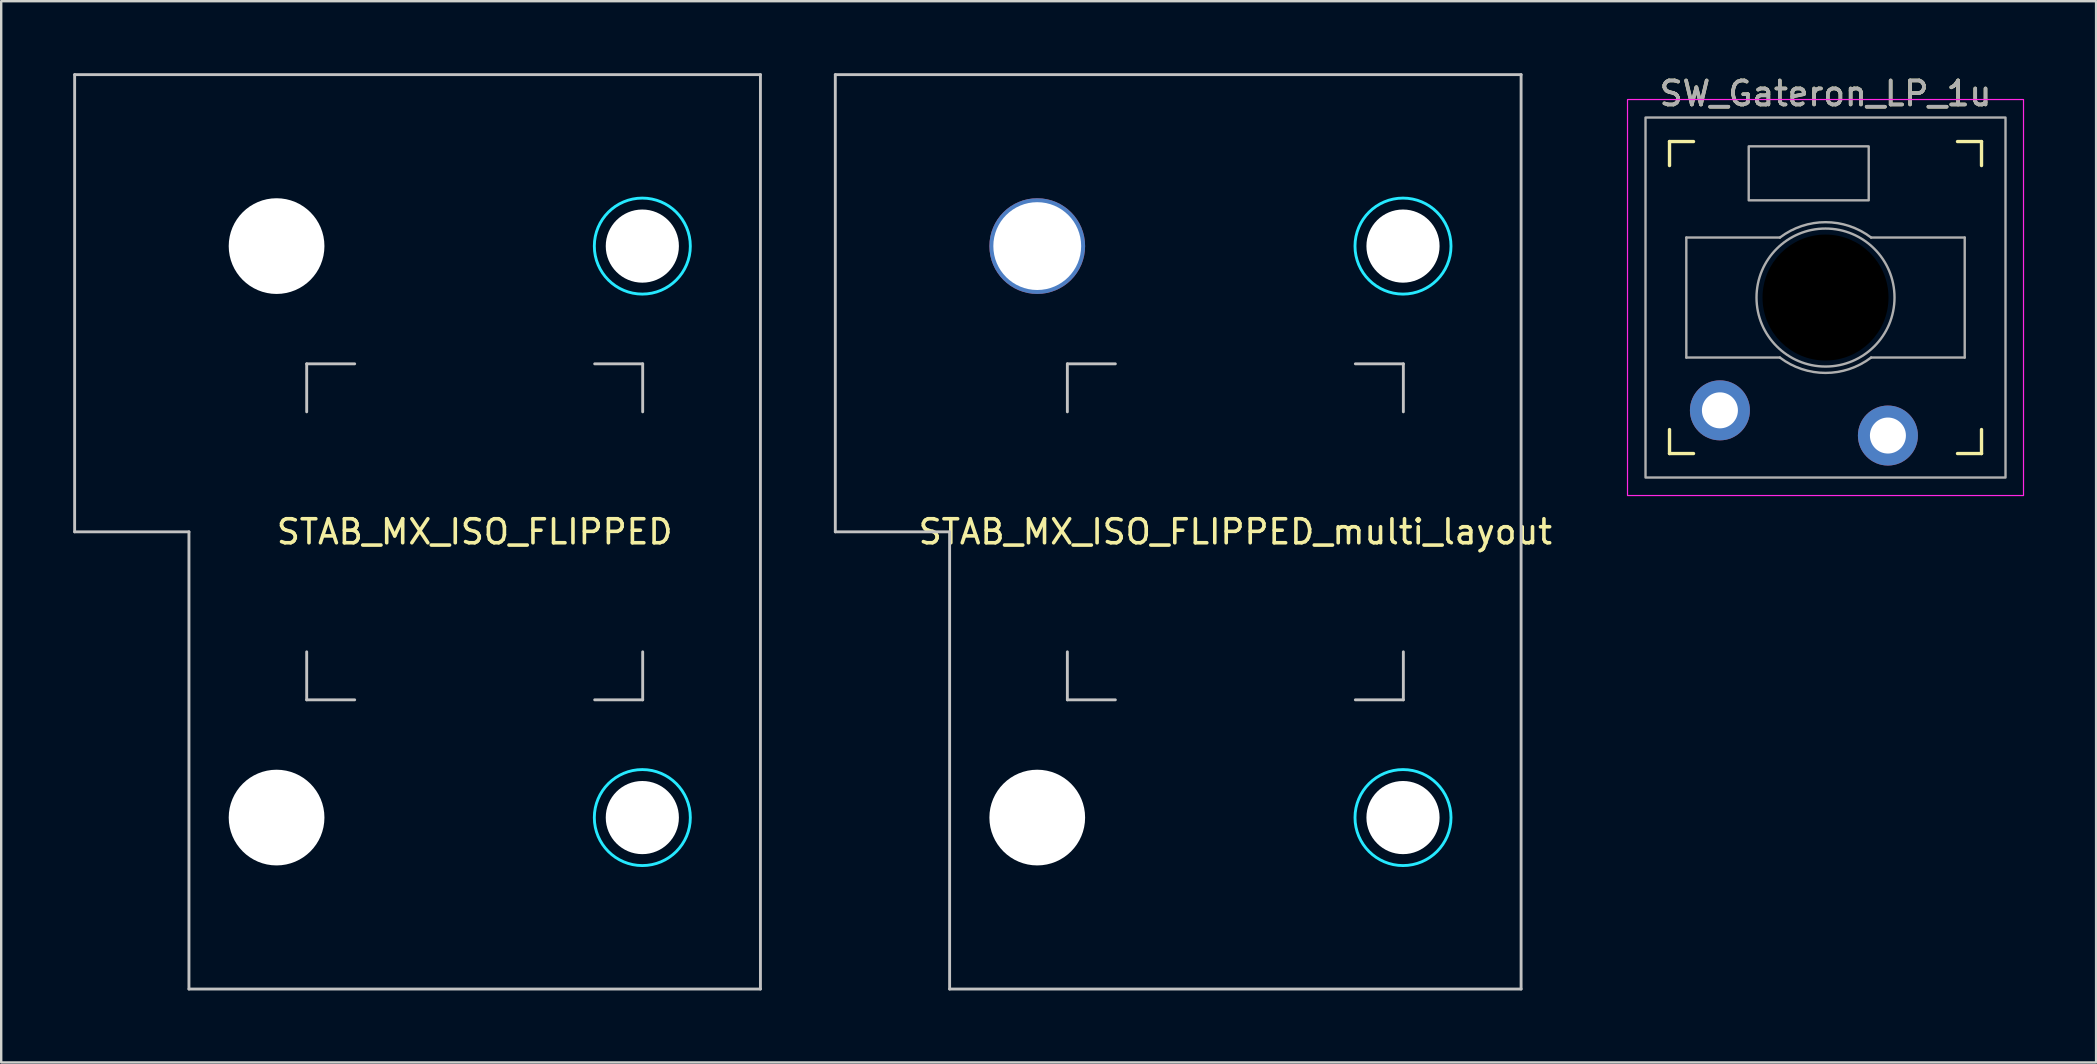
<source format=kicad_pcb>
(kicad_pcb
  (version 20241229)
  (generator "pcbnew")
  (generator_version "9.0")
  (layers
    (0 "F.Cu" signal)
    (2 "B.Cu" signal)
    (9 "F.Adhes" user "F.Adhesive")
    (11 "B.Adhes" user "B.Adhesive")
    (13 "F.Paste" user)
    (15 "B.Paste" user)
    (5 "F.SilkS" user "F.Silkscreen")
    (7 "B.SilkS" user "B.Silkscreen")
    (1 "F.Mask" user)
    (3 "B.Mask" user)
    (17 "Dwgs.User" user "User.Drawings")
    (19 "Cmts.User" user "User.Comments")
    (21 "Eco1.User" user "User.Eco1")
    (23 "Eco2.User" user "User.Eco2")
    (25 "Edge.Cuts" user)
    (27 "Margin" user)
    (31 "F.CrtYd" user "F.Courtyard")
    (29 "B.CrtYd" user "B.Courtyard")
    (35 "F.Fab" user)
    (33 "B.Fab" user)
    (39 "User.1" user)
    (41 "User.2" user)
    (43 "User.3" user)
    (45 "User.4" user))
  (footprint "STAB_MX_ISO_FLIPPED"
    (layer "F.Cu")
    (at 16.729 19.11)
    (property "Reference" "STAB_MX_ISO_FLIPPED" (at 0 0 0) (layer "F.SilkS") (effects (font (size 1 1) (thickness 0.15))))
    (attr through_hole exclude_from_pos_files exclude_from_bom)
    (fp_line (start -16.669 -19.05) (end -16.669 0) (stroke (width 0.12) (type solid)) (layer "Dwgs.User"))
    (fp_line (start -16.669 0) (end -11.906 0) (stroke (width 0.12) (type solid)) (layer "Dwgs.User"))
    (fp_line (start -11.906 0) (end -11.906 19.05) (stroke (width 0.12) (type solid)) (layer "Dwgs.User"))
    (fp_line (start -11.906 19.05) (end 11.906 19.05) (stroke (width 0.12) (type solid)) (layer "Dwgs.User"))
    (fp_line (start -7 -7) (end -5 -7) (stroke (width 0.12) (type solid)) (layer "Dwgs.User"))
    (fp_line (start -7 -5) (end -7 -7) (stroke (width 0.12) (type solid)) (layer "Dwgs.User"))
    (fp_line (start -7 7) (end -7 5) (stroke (width 0.12) (type solid)) (layer "Dwgs.User"))
    (fp_line (start -5 7) (end -7 7) (stroke (width 0.12) (type solid)) (layer "Dwgs.User"))
    (fp_line (start 7 -7) (end 5 -7) (stroke (width 0.12) (type solid)) (layer "Dwgs.User"))
    (fp_line (start 7 -5) (end 7 -7) (stroke (width 0.12) (type solid)) (layer "Dwgs.User"))
    (fp_line (start 7 5) (end 7 7) (stroke (width 0.12) (type solid)) (layer "Dwgs.User"))
    (fp_line (start 7 7) (end 5 7) (stroke (width 0.12) (type solid)) (layer "Dwgs.User"))
    (fp_line (start 11.906 -19.05) (end -16.669 -19.05) (stroke (width 0.12) (type solid)) (layer "Dwgs.User"))
    (fp_line (start 11.906 19.05) (end 11.906 -19.05) (stroke (width 0.12) (type solid)) (layer "Dwgs.User"))
    (fp_line (start -8 -14.781) (end -8 -9.031) (stroke (width 0.05) (type solid)) (layer "Eco2.User"))
    (fp_line (start -8 9.031) (end -8 14.781) (stroke (width 0.05) (type solid)) (layer "Eco2.User"))
    (fp_line (start 5.5 -15.281) (end -7.5 -15.281) (stroke (width 0.05) (type solid)) (layer "Eco2.User"))
    (fp_line (start 5.5 -8.531) (end -7.5 -8.531) (stroke (width 0.05) (type solid)) (layer "Eco2.User"))
    (fp_line (start 5.5 8.531) (end -7.5 8.531) (stroke (width 0.05) (type solid)) (layer "Eco2.User"))
    (fp_line (start 5.5 15.28) (end -7.5 15.281) (stroke (width 0.05) (type solid)) (layer "Eco2.User"))
    (fp_line (start 6 -14.781) (end 6 -9.031) (stroke (width 0.05) (type solid)) (layer "Eco2.User"))
    (fp_line (start 6 9.031) (end 6 14.78) (stroke (width 0.05) (type solid)) (layer "Eco2.User"))
    (fp_arc (start -8.000001 -14.78125) (mid -7.853554 -15.134803) (end -7.500001 -15.28125) (stroke (width 0.05) (type solid)) (layer "Eco2.User"))
    (fp_arc (start -8.000001 9.03125) (mid -7.853554 8.677697) (end -7.500001 8.53125) (stroke (width 0.05) (type solid)) (layer "Eco2.User"))
    (fp_arc (start -7.500001 -8.53125) (mid -7.853554 -8.677697) (end -8.000001 -9.03125) (stroke (width 0.05) (type solid)) (layer "Eco2.User"))
    (fp_arc (start -7.500001 15.28125) (mid -7.853554 15.134803) (end -8.000001 14.78125) (stroke (width 0.05) (type solid)) (layer "Eco2.User"))
    (fp_arc (start 5.499999 -15.28125) (mid 5.853552 -15.134803) (end 5.999999 -14.78125) (stroke (width 0.05) (type solid)) (layer "Eco2.User"))
    (fp_arc (start 5.499999 8.53125) (mid 5.853552 8.677697) (end 5.999999 9.03125) (stroke (width 0.05) (type solid)) (layer "Eco2.User"))
    (fp_arc (start 5.999999 -9.03125) (mid 5.853552 -8.677697) (end 5.499999 -8.53125) (stroke (width 0.05) (type solid)) (layer "Eco2.User"))
    (fp_arc (start 5.999999 14.780039) (mid 5.853552 15.133592) (end 5.499999 15.280039) (stroke (width 0.05) (type solid)) (layer "Eco2.User"))
    (fp_circle (center 6.985 -11.906) (end 8.985 -11.906) (stroke (width 0.12) (type solid)) (fill no) (layer "B.CrtYd"))
    (fp_circle (center 6.985 11.906) (end 8.985 11.906) (stroke (width 0.12) (type solid)) (fill no) (layer "B.CrtYd"))
    (pad "" np_thru_hole circle (at -8.255 -11.906 270) (size 3.988 3.988) (drill 3.988) (layers "*.Cu" "*.Mask"))
    (pad "" np_thru_hole circle (at -8.255 11.906 270) (size 3.988 3.988) (drill 3.988) (layers "*.Cu" "*.Mask"))
    (pad "" np_thru_hole circle (at 6.985 -11.906 270) (size 3.048 3.048) (drill 3.048) (layers "*.Cu" "*.Mask"))
    (pad "" np_thru_hole circle (at 6.985 11.906 270) (size 3.048 3.048) (drill 3.048) (layers "*.Cu" "*.Mask")))
  (footprint "STAB_MX_ISO_FLIPPED_multi_layout"
    (layer "F.Cu")
    (at 48.424 19.11)
    (property "Reference" "STAB_MX_ISO_FLIPPED_multi_layout" (at 0 0 0) (layer "F.SilkS") (effects (font (size 1 1) (thickness 0.15))))
    (attr through_hole exclude_from_pos_files exclude_from_bom)
    (fp_line (start -16.669 -19.05) (end -16.669 0) (stroke (width 0.12) (type solid)) (layer "Dwgs.User"))
    (fp_line (start -16.669 0) (end -11.906 0) (stroke (width 0.12) (type solid)) (layer "Dwgs.User"))
    (fp_line (start -11.906 0) (end -11.906 19.05) (stroke (width 0.12) (type solid)) (layer "Dwgs.User"))
    (fp_line (start -11.906 19.05) (end 11.906 19.05) (stroke (width 0.12) (type solid)) (layer "Dwgs.User"))
    (fp_line (start -7 -7) (end -5 -7) (stroke (width 0.12) (type solid)) (layer "Dwgs.User"))
    (fp_line (start -7 -5) (end -7 -7) (stroke (width 0.12) (type solid)) (layer "Dwgs.User"))
    (fp_line (start -7 7) (end -7 5) (stroke (width 0.12) (type solid)) (layer "Dwgs.User"))
    (fp_line (start -5 7) (end -7 7) (stroke (width 0.12) (type solid)) (layer "Dwgs.User"))
    (fp_line (start 7 -7) (end 5 -7) (stroke (width 0.12) (type solid)) (layer "Dwgs.User"))
    (fp_line (start 7 -5) (end 7 -7) (stroke (width 0.12) (type solid)) (layer "Dwgs.User"))
    (fp_line (start 7 5) (end 7 7) (stroke (width 0.12) (type solid)) (layer "Dwgs.User"))
    (fp_line (start 7 7) (end 5 7) (stroke (width 0.12) (type solid)) (layer "Dwgs.User"))
    (fp_line (start 11.906 -19.05) (end -16.669 -19.05) (stroke (width 0.12) (type solid)) (layer "Dwgs.User"))
    (fp_line (start 11.906 19.05) (end 11.906 -19.05) (stroke (width 0.12) (type solid)) (layer "Dwgs.User"))
    (fp_line (start -8 -14.781) (end -8 -9.031) (stroke (width 0.05) (type solid)) (layer "Eco2.User"))
    (fp_line (start -8 9.031) (end -8 14.781) (stroke (width 0.05) (type solid)) (layer "Eco2.User"))
    (fp_line (start 5.5 -15.281) (end -7.5 -15.281) (stroke (width 0.05) (type solid)) (layer "Eco2.User"))
    (fp_line (start 5.5 -8.531) (end -7.5 -8.531) (stroke (width 0.05) (type solid)) (layer "Eco2.User"))
    (fp_line (start 5.5 8.531) (end -7.5 8.531) (stroke (width 0.05) (type solid)) (layer "Eco2.User"))
    (fp_line (start 5.5 15.28) (end -7.5 15.281) (stroke (width 0.05) (type solid)) (layer "Eco2.User"))
    (fp_line (start 6 -14.781) (end 6 -9.031) (stroke (width 0.05) (type solid)) (layer "Eco2.User"))
    (fp_line (start 6 9.031) (end 6 14.78) (stroke (width 0.05) (type solid)) (layer "Eco2.User"))
    (fp_arc (start -8.000001 -14.78125) (mid -7.853554 -15.134803) (end -7.500001 -15.28125) (stroke (width 0.05) (type solid)) (layer "Eco2.User"))
    (fp_arc (start -8.000001 9.03125) (mid -7.853554 8.677697) (end -7.500001 8.53125) (stroke (width 0.05) (type solid)) (layer "Eco2.User"))
    (fp_arc (start -7.500001 -8.53125) (mid -7.853554 -8.677697) (end -8.000001 -9.03125) (stroke (width 0.05) (type solid)) (layer "Eco2.User"))
    (fp_arc (start -7.500001 15.28125) (mid -7.853554 15.134803) (end -8.000001 14.78125) (stroke (width 0.05) (type solid)) (layer "Eco2.User"))
    (fp_arc (start 5.499999 -15.28125) (mid 5.853552 -15.134803) (end 5.999999 -14.78125) (stroke (width 0.05) (type solid)) (layer "Eco2.User"))
    (fp_arc (start 5.499999 8.53125) (mid 5.853552 8.677697) (end 5.999999 9.03125) (stroke (width 0.05) (type solid)) (layer "Eco2.User"))
    (fp_arc (start 5.999999 -9.03125) (mid 5.853552 -8.677697) (end 5.499999 -8.53125) (stroke (width 0.05) (type solid)) (layer "Eco2.User"))
    (fp_arc (start 5.999999 14.780039) (mid 5.853552 15.133592) (end 5.499999 15.280039) (stroke (width 0.05) (type solid)) (layer "Eco2.User"))
    (fp_circle (center 6.985 -11.906) (end 8.985 -11.906) (stroke (width 0.12) (type solid)) (fill no) (layer "B.CrtYd"))
    (fp_circle (center 6.985 11.906) (end 8.985 11.906) (stroke (width 0.12) (type solid)) (fill no) (layer "B.CrtYd"))
    (pad "" thru_hole circle (at -8.255 -11.906 270) (size 3.988 3.988) (drill 3.659) (layers "*.Cu" "B.Mask"))
    (pad "" np_thru_hole circle (at -8.255 11.906 270) (size 3.988 3.988) (drill 3.988) (layers "*.Cu" "*.Mask"))
    (pad "" np_thru_hole circle (at 6.985 -11.906 270) (size 3.048 3.048) (drill 3.048) (layers "*.Cu" "*.Mask"))
    (pad "" np_thru_hole circle (at 6.985 11.906 270) (size 3.048 3.048) (drill 3.048) (layers "*.Cu" "*.Mask")))
  (footprint "SW_Gateron_LP_1u"
    (layer "F.Cu")
    (at 73.014 9.348)
    (property "Reference" "SW_Gateron_LP_1u" (at 0 -8.5 0) (unlocked yes) (layer "F.SilkS") (effects (font (size 1 1) (thickness 0.15))))
    (attr through_hole)
    (fp_line (start -6.5 -5.5) (end -6.5 -6.5) (stroke (width 0.14) (type solid)) (layer "F.SilkS"))
    (fp_line (start -6.5 6.5) (end -6.5 5.5) (stroke (width 0.14) (type solid)) (layer "F.SilkS"))
    (fp_line (start -6.5 6.5) (end -5.5 6.5) (stroke (width 0.14) (type solid)) (layer "F.SilkS"))
    (fp_line (start -5.5 -6.5) (end -6.5 -6.5) (stroke (width 0.14) (type solid)) (layer "F.SilkS"))
    (fp_line (start 5.5 6.5) (end 6.5 6.5) (stroke (width 0.14) (type solid)) (layer "F.SilkS"))
    (fp_line (start 6.5 -6.5) (end 5.5 -6.5) (stroke (width 0.14) (type solid)) (layer "F.SilkS"))
    (fp_line (start 6.5 -6.5) (end 6.5 -5.5) (stroke (width 0.14) (type solid)) (layer "F.SilkS"))
    (fp_line (start 6.5 5.5) (end 6.5 6.5) (stroke (width 0.14) (type solid)) (layer "F.SilkS"))
    (fp_rect (start -8.25 8.25) (end 8.25 -8.25) (stroke (width 0.05) (type solid)) (fill no) (layer "F.CrtYd"))
    (fp_line (start -5.8 -2.5) (end -1.9 -2.5) (stroke (width 0.1) (type default)) (layer "F.Fab"))
    (fp_line (start -5.8 2.5) (end -5.8 -2.5) (stroke (width 0.1) (type default)) (layer "F.Fab"))
    (fp_line (start -1.9 2.5) (end -5.8 2.5) (stroke (width 0.1) (type default)) (layer "F.Fab"))
    (fp_line (start 1.9 -2.5) (end 5.8 -2.5) (stroke (width 0.1) (type default)) (layer "F.Fab"))
    (fp_line (start 5.8 -2.5) (end 5.8 2.5) (stroke (width 0.1) (type default)) (layer "F.Fab"))
    (fp_line (start 5.8 2.5) (end 1.9 2.5) (stroke (width 0.1) (type default)) (layer "F.Fab"))
    (fp_rect (start -7.5 7.5) (end 7.5 -7.5) (stroke (width 0.1) (type solid)) (fill no) (layer "F.Fab"))
    (fp_rect (start -3.2 -6.3) (end 1.8 -4.05) (stroke (width 0.1) (type default)) (fill no) (layer "F.Fab"))
    (fp_arc (start -1.9 -2.499999) (mid 0 -3.140063) (end 1.9 -2.499999) (stroke (width 0.1) (type default)) (layer "F.Fab"))
    (fp_arc (start 1.9 2.499999) (mid 0 3.140063) (end -1.9 2.499999) (stroke (width 0.1) (type default)) (layer "F.Fab"))
    (fp_circle (center 0 0) (end 2.875 0) (stroke (width 0.1) (type default)) (fill no) (layer "F.Fab"))
    (fp_poly (pts (xy -2.05 -0.64) (xy -0.6 -0.64) (xy -0.6 -2) (xy 0.5 -2) (xy 0.5 -0.64) (xy 1.95 -0.64) (xy 1.95 0.64) (xy 0.5 0.64) (xy 0.5 2) (xy -0.6 2) (xy -0.6 0.64) (xy -2.05 0.64)) (stroke (width 0.1) (type solid)) (fill no) (layer "F.Fab"))
    (fp_text user "${REFERENCE}" (at 0 -8.5 0) (unlocked yes) (layer "F.Fab") (effects (font (size 1 1) (thickness 0.15))))
    (pad "" np_thru_hole circle (at 0 0 180) (size 5.25 5.25) (drill 5.25) (layers "*.Mask"))
    (pad "1" thru_hole circle (at 2.6 5.75 180) (size 2.5 2.5) (drill 1.5) (layers "*.Cu" "B.Mask"))
    (pad "2" thru_hole circle (at -4.4 4.7 180) (size 2.5 2.5) (drill 1.5) (layers "*.Cu" "B.Mask")))
  (gr_rect
    (start -3 -3)
    (end 84.289 41.22)
    (stroke (width 0.1) (type default))
    (fill no)
    (layer "Edge.Cuts")))
</source>
